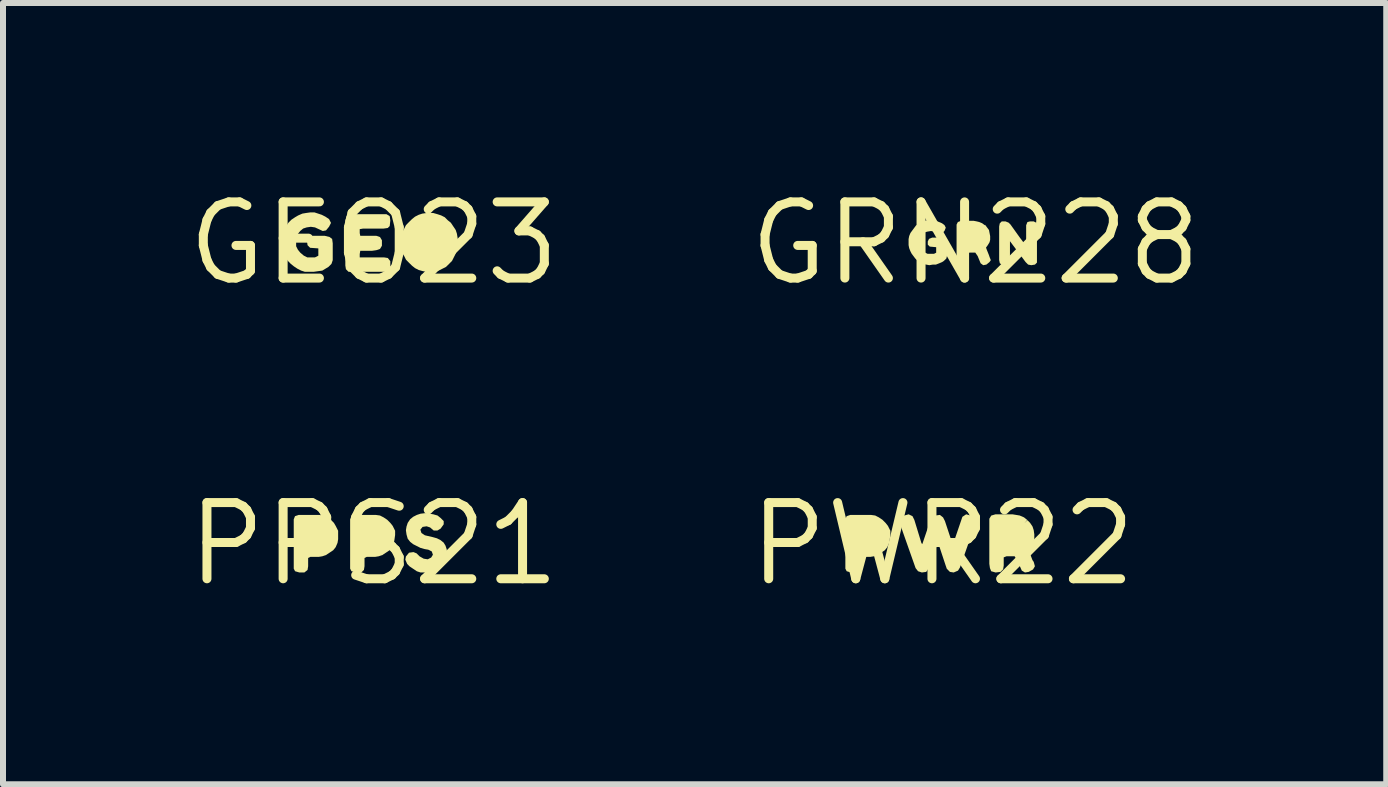
<source format=kicad_pcb>
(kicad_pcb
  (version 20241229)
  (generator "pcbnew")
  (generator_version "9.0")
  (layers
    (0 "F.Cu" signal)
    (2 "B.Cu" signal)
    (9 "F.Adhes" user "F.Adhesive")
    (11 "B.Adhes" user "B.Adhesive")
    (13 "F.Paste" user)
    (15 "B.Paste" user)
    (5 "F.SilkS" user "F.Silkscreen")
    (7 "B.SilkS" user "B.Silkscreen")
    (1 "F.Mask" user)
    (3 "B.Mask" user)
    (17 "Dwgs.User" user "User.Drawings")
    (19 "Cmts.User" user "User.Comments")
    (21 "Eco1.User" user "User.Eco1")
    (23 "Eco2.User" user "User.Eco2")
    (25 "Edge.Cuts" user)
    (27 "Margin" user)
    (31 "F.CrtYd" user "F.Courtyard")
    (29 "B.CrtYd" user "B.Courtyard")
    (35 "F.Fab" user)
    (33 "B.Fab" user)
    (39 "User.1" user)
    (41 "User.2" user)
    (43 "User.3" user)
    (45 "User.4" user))
  (footprint "PPS21"
    (layer "F.Cu")
    (at 3.182 6.019)
    (property "Reference" "PPS21" (at 0 0 0) (layer "F.SilkS") (effects (font (size 1.27 1.27) (thickness 0.15))))
    (fp_poly (pts (xy -0.849 -0.475) (xy -0.778 -0.444) (xy -0.717 -0.404) (xy -0.666 -0.353) (xy -0.636 -0.302) (xy -0.595 -0.221) (xy -0.595 -0.08) (xy -0.605 -0.019) (xy -0.636 0.053) (xy -0.677 0.104) (xy -0.794 0.182) (xy -0.793 0.183) (xy -0.798 0.185) (xy -0.802 0.187) (xy -0.803 0.186) (xy -0.859 0.205) (xy -0.92 0.215) (xy -1.059 0.215) (xy -1.095 0.233) (xy -1.095 0.37) (xy -1.105 0.433) (xy -1.158 0.475) (xy -1.241 0.475) (xy -1.313 0.454) (xy -1.335 0.411) (xy -1.335 -0.411) (xy -1.314 -0.464) (xy -1.251 -0.485) (xy -0.91 -0.485)) (stroke (width 0) (type default)) (fill yes) (layer "F.SilkS"))
    (fp_poly (pts (xy 0.102 -0.475) (xy 0.163 -0.444) (xy 0.223 -0.404) (xy 0.274 -0.353) (xy 0.314 -0.303) (xy 0.355 -0.221) (xy 0.355 -0.15) (xy 0.345 -0.079) (xy 0.335 -0.019) (xy 0.304 0.053) (xy 0.263 0.104) (xy 0.146 0.182) (xy 0.147 0.183) (xy 0.142 0.185) (xy 0.138 0.187) (xy 0.137 0.186) (xy 0.081 0.205) (xy 0.02 0.215) (xy -0.119 0.215) (xy -0.155 0.233) (xy -0.155 0.37) (xy -0.165 0.432) (xy -0.208 0.475) (xy -0.301 0.475) (xy -0.373 0.454) (xy -0.395 0.411) (xy -0.395 -0.411) (xy -0.374 -0.464) (xy -0.311 -0.485) (xy 0.03 -0.485)) (stroke (width 0) (type default)) (fill yes) (layer "F.SilkS"))
    (fp_poly (pts (xy 0.931 -0.505) (xy 0.991 -0.495) (xy 1.062 -0.475) (xy 1.113 -0.434) (xy 1.165 -0.382) (xy 1.165 -0.328) (xy 1.113 -0.256) (xy 1.061 -0.225) (xy 0.998 -0.225) (xy 0.938 -0.276) (xy 0.88 -0.295) (xy 0.813 -0.285) (xy 0.776 -0.239) (xy 0.794 -0.183) (xy 0.852 -0.145) (xy 0.981 -0.115) (xy 1.052 -0.095) (xy 1.113 -0.064) (xy 1.164 -0.023) (xy 1.195 0.028) (xy 1.215 0.089) (xy 1.225 0.17) (xy 1.215 0.241) (xy 1.195 0.302) (xy 1.154 0.363) (xy 1.113 0.404) (xy 0.992 0.465) (xy 0.92 0.475) (xy 0.779 0.475) (xy 0.718 0.455) (xy 0.597 0.374) (xy 0.556 0.333) (xy 0.525 0.261) (xy 0.535 0.208) (xy 0.587 0.145) (xy 0.661 0.135) (xy 0.713 0.156) (xy 0.763 0.206) (xy 0.832 0.245) (xy 0.899 0.255) (xy 0.956 0.226) (xy 0.985 0.179) (xy 0.966 0.124) (xy 0.908 0.095) (xy 0.849 0.085) (xy 0.778 0.065) (xy 0.657 0.004) (xy 0.606 -0.036) (xy 0.565 -0.088) (xy 0.545 -0.159) (xy 0.535 -0.23) (xy 0.545 -0.291) (xy 0.565 -0.352) (xy 0.606 -0.413) (xy 0.657 -0.454) (xy 0.718 -0.485) (xy 0.779 -0.505) (xy 0.86 -0.515)) (stroke (width 0) (type default)) (fill yes) (layer "F.SilkS")))
  (footprint "GRN228"
    (layer "F.Cu")
    (at 13.212 1.006)
    (property "Reference" "GRN228" (at 0 0 0) (layer "F.SilkS") (effects (font (size 1.27 1.27) (thickness 0.15))))
    (fp_poly (pts (xy 0.553 -0.344) (xy 0.584 -0.313) (xy 0.734 -0.103) (xy 0.845 0.045) (xy 0.845 -0.301) (xy 0.866 -0.354) (xy 0.909 -0.365) (xy 0.971 -0.365) (xy 1.014 -0.343) (xy 1.025 -0.29) (xy 1.025 0.322) (xy 0.992 0.355) (xy 0.93 0.365) (xy 0.878 0.355) (xy 0.836 0.313) (xy 0.575 -0.035) (xy 0.575 0.301) (xy 0.553 0.344) (xy 0.5 0.355) (xy 0.438 0.355) (xy 0.406 0.333) (xy 0.395 0.28) (xy 0.395 -0.28) (xy 0.405 -0.332) (xy 0.438 -0.365) (xy 0.501 -0.365)) (stroke (width 0) (type default)) (fill yes) (layer "F.SilkS"))
    (fp_poly (pts (xy 0.021 -0.365) (xy 0.062 -0.355) (xy 0.112 -0.334) (xy 0.155 -0.302) (xy 0.16 -0.308) (xy 0.194 -0.263) (xy 0.225 -0.222) (xy 0.235 -0.171) (xy 0.245 -0.12) (xy 0.245 -0.059) (xy 0.235 -0.018) (xy 0.204 0.033) (xy 0.176 0.071) (xy 0.185 0.098) (xy 0.225 0.198) (xy 0.235 0.228) (xy 0.256 0.281) (xy 0.234 0.313) (xy 0.182 0.355) (xy 0.129 0.365) (xy 0.086 0.333) (xy 0.036 0.212) (xy -0.003 0.155) (xy -0.099 0.155) (xy -0.135 0.173) (xy -0.135 0.27) (xy -0.146 0.323) (xy -0.178 0.345) (xy -0.24 0.355) (xy -0.293 0.344) (xy -0.315 0.301) (xy -0.315 -0.311) (xy -0.294 -0.354) (xy -0.241 -0.375) (xy -0.03 -0.375)) (stroke (width 0) (type default)) (fill yes) (layer "F.SilkS"))
    (fp_poly (pts (xy -0.659 -0.375) (xy -0.608 -0.355) (xy -0.558 -0.334) (xy -0.516 -0.303) (xy -0.495 -0.26) (xy -0.516 -0.207) (xy -0.557 -0.165) (xy -0.6 -0.155) (xy -0.692 -0.195) (xy -0.74 -0.205) (xy -0.799 -0.195) (xy -0.838 -0.185) (xy -0.876 -0.156) (xy -0.906 -0.118) (xy -0.925 -0.069) (xy -0.935 -0.02) (xy -0.925 0.029) (xy -0.906 0.078) (xy -0.876 0.117) (xy -0.837 0.156) (xy -0.799 0.175) (xy -0.691 0.175) (xy -0.655 0.157) (xy -0.655 0.065) (xy -0.762 0.055) (xy -0.795 0.022) (xy -0.795 -0.031) (xy -0.774 -0.074) (xy -0.721 -0.095) (xy -0.57 -0.095) (xy -0.518 -0.085) (xy -0.485 -0.052) (xy -0.475 -0.000495) (xy -0.475 0.211) (xy -0.485 0.253) (xy -0.527 0.294) (xy -0.558 0.314) (xy -0.608 0.335) (xy -0.659 0.355) (xy -0.71 0.355) (xy -0.77 0.365) (xy -0.821 0.355) (xy -0.872 0.345) (xy -0.912 0.324) (xy -0.963 0.294) (xy -1.004 0.253) (xy -1.034 0.213) (xy -1.064 0.173) (xy -1.085 0.132) (xy -1.105 0.081) (xy -1.115 0.03) (xy -1.115 -0.07) (xy -1.105 -0.121) (xy -1.084 -0.172) (xy -1.054 -0.213) (xy -1.024 -0.253) (xy -0.994 -0.294) (xy -0.953 -0.324) (xy -0.902 -0.355) (xy -0.862 -0.365) (xy -0.811 -0.385) (xy -0.71 -0.385)) (stroke (width 0) (type default)) (fill yes) (layer "F.SilkS")))
  (footprint "GEO23"
    (layer "F.Cu")
    (at 3.182 1.006)
    (property "Reference" "GEO23" (at 0 0 0) (layer "F.SilkS") (effects (font (size 1.27 1.27) (thickness 0.15))))
    (fp_poly (pts (xy 0.265 -0.453) (xy 0.275 -0.38) (xy 0.265 -0.288) (xy 0.232 -0.255) (xy 0.16 -0.245) (xy -0.18 -0.245) (xy -0.235 -0.236) (xy -0.235 -0.17) (xy -0.226 -0.125) (xy 0.041 -0.125) (xy 0.103 -0.104) (xy 0.135 -0.051) (xy 0.135 0.041) (xy 0.103 0.094) (xy 0.041 0.115) (xy -0.03 0.125) (xy -0.226 0.125) (xy -0.235 0.18) (xy -0.235 0.235) (xy 0.17 0.235) (xy 0.233 0.245) (xy 0.275 0.298) (xy 0.275 0.381) (xy 0.254 0.453) (xy 0.211 0.475) (xy -0.422 0.475) (xy -0.465 0.432) (xy -0.475 0.37) (xy -0.475 -0.381) (xy -0.454 -0.453) (xy -0.412 -0.485) (xy 0.211 -0.485)) (stroke (width 0) (type default)) (fill yes) (layer "F.SilkS"))
    (fp_poly (pts (xy 1.061 -0.485) (xy 1.122 -0.465) (xy 1.183 -0.434) (xy 1.233 -0.384) (xy 1.284 -0.343) (xy 1.365 -0.222) (xy 1.385 -0.161) (xy 1.395 -0.101) (xy 1.405 -0.03) (xy 1.405 0.041) (xy 1.385 0.111) (xy 1.365 0.172) (xy 1.304 0.293) (xy 1.254 0.344) (xy 1.203 0.394) (xy 1.082 0.455) (xy 1.021 0.475) (xy 0.88 0.475) (xy 0.819 0.465) (xy 0.748 0.445) (xy 0.687 0.414) (xy 0.637 0.374) (xy 0.586 0.324) (xy 0.536 0.273) (xy 0.508 0.217) (xy 0.508 0.217) (xy 0.475 0.152) (xy 0.465 0.091) (xy 0.455 0.02) (xy 0.455 -0.05) (xy 0.465 -0.121) (xy 0.475 -0.182) (xy 0.536 -0.303) (xy 0.586 -0.354) (xy 0.637 -0.404) (xy 0.687 -0.444) (xy 0.748 -0.475) (xy 0.809 -0.495) (xy 0.88 -0.505) (xy 0.991 -0.505)) (stroke (width 0) (type default)) (fill yes) (layer "F.SilkS"))
    (fp_poly (pts (xy -0.928 -0.495) (xy -0.868 -0.475) (xy -0.807 -0.444) (xy -0.746 -0.403) (xy -0.714 -0.34) (xy -0.746 -0.277) (xy -0.797 -0.215) (xy -0.851 -0.205) (xy -0.981 -0.265) (xy -1.05 -0.275) (xy -1.119 -0.265) (xy -1.178 -0.246) (xy -1.226 -0.206) (xy -1.266 -0.157) (xy -1.295 -0.089) (xy -1.295 0.049) (xy -1.266 0.107) (xy -1.226 0.156) (xy -1.167 0.206) (xy -1.109 0.235) (xy -0.981 0.235) (xy -0.925 0.207) (xy -0.925 0.085) (xy -1.062 0.075) (xy -1.105 0.032) (xy -1.115 -0.041) (xy -1.084 -0.104) (xy -1.021 -0.125) (xy -0.819 -0.125) (xy -0.738 -0.105) (xy -0.695 -0.073) (xy -0.685 -0.000355) (xy -0.685 0.281) (xy -0.706 0.343) (xy -0.757 0.394) (xy -0.807 0.424) (xy -0.858 0.455) (xy -0.929 0.465) (xy -1 0.475) (xy -1.151 0.475) (xy -1.212 0.455) (xy -1.273 0.424) (xy -1.333 0.384) (xy -1.383 0.344) (xy -1.434 0.293) (xy -1.474 0.233) (xy -1.505 0.172) (xy -1.525 0.111) (xy -1.535 0.04) (xy -1.535 -0.1) (xy -1.525 -0.161) (xy -1.494 -0.232) (xy -1.464 -0.283) (xy -1.424 -0.343) (xy -1.373 -0.394) (xy -1.313 -0.434) (xy -1.262 -0.464) (xy -1.191 -0.495) (xy -1.131 -0.505) (xy -1.06 -0.515) (xy -0.989 -0.515)) (stroke (width 0) (type default)) (fill yes) (layer "F.SilkS")))
  (footprint "PWR22"
    (layer "F.Cu")
    (at 12.668 6.019)
    (property "Reference" "PWR22" (at 0 0 0) (layer "F.SilkS") (effects (font (size 1.27 1.27) (thickness 0.15))))
    (fp_poly (pts (xy -1.128 -0.475) (xy -1.067 -0.444) (xy -1.007 -0.404) (xy -0.956 -0.353) (xy -0.916 -0.303) (xy -0.875 -0.221) (xy -0.875 -0.15) (xy -0.885 -0.079) (xy -0.895 -0.019) (xy -0.926 0.053) (xy -0.967 0.104) (xy -1.084 0.182) (xy -1.083 0.183) (xy -1.088 0.185) (xy -1.092 0.187) (xy -1.093 0.186) (xy -1.149 0.205) (xy -1.21 0.215) (xy -1.349 0.215) (xy -1.385 0.233) (xy -1.385 0.37) (xy -1.395 0.432) (xy -1.438 0.475) (xy -1.531 0.475) (xy -1.603 0.454) (xy -1.625 0.411) (xy -1.625 -0.411) (xy -1.604 -0.464) (xy -1.541 -0.485) (xy -1.2 -0.485)) (stroke (width 0) (type default)) (fill yes) (layer "F.SilkS"))
    (fp_poly (pts (xy 0.462 -0.475) (xy 0.534 -0.434) (xy 0.555 -0.39) (xy 0.535 -0.318) (xy 0.285 0.392) (xy 0.253 0.444) (xy 0.181 0.475) (xy 0.118 0.465) (xy 0.066 0.413) (xy 0.045 0.352) (xy -0.08 -0.025) (xy -0.155 0.172) (xy -0.235 0.402) (xy -0.277 0.465) (xy -0.35 0.475) (xy -0.413 0.454) (xy -0.454 0.402) (xy -0.705 -0.309) (xy -0.715 -0.38) (xy -0.704 -0.433) (xy -0.642 -0.475) (xy -0.57 -0.495) (xy -0.506 -0.464) (xy -0.475 -0.402) (xy -0.356 -0.013) (xy -0.342 0.001) (xy -0.215 -0.372) (xy -0.184 -0.444) (xy -0.122 -0.475) (xy -0.049 -0.485) (xy 0.004 -0.443) (xy 0.035 -0.382) (xy 0.162 0.001) (xy 0.176 -0.013) (xy 0.326 -0.453) (xy 0.389 -0.495)) (stroke (width 0) (type default)) (fill yes) (layer "F.SilkS"))
    (fp_poly (pts (xy 1.281 -0.475) (xy 1.353 -0.444) (xy 1.407 -0.401) (xy 1.36 -0.347) (xy 1.41 -0.397) (xy 1.454 -0.353) (xy 1.495 -0.292) (xy 1.515 -0.231) (xy 1.525 -0.16) (xy 1.525 -0.089) (xy 1.505 -0.018) (xy 1.474 0.043) (xy 1.435 0.091) (xy 1.445 0.139) (xy 1.494 0.268) (xy 1.515 0.298) (xy 1.535 0.371) (xy 1.504 0.424) (xy 1.432 0.465) (xy 1.369 0.475) (xy 1.316 0.443) (xy 1.246 0.282) (xy 1.197 0.205) (xy 1.061 0.205) (xy 1.015 0.223) (xy 1.015 0.36) (xy 1.005 0.422) (xy 0.962 0.465) (xy 0.88 0.475) (xy 0.806 0.454) (xy 0.785 0.401) (xy 0.775 0.33) (xy 0.775 -0.421) (xy 0.807 -0.474) (xy 0.879 -0.495) (xy 1.16 -0.495)) (stroke (width 0) (type default)) (fill yes) (layer "F.SilkS")))
  (gr_rect
    (start -3 -3)
    (end 20.06 10.025)
    (stroke (width 0.1) (type default))
    (fill no)
    (layer "Edge.Cuts")))
</source>
